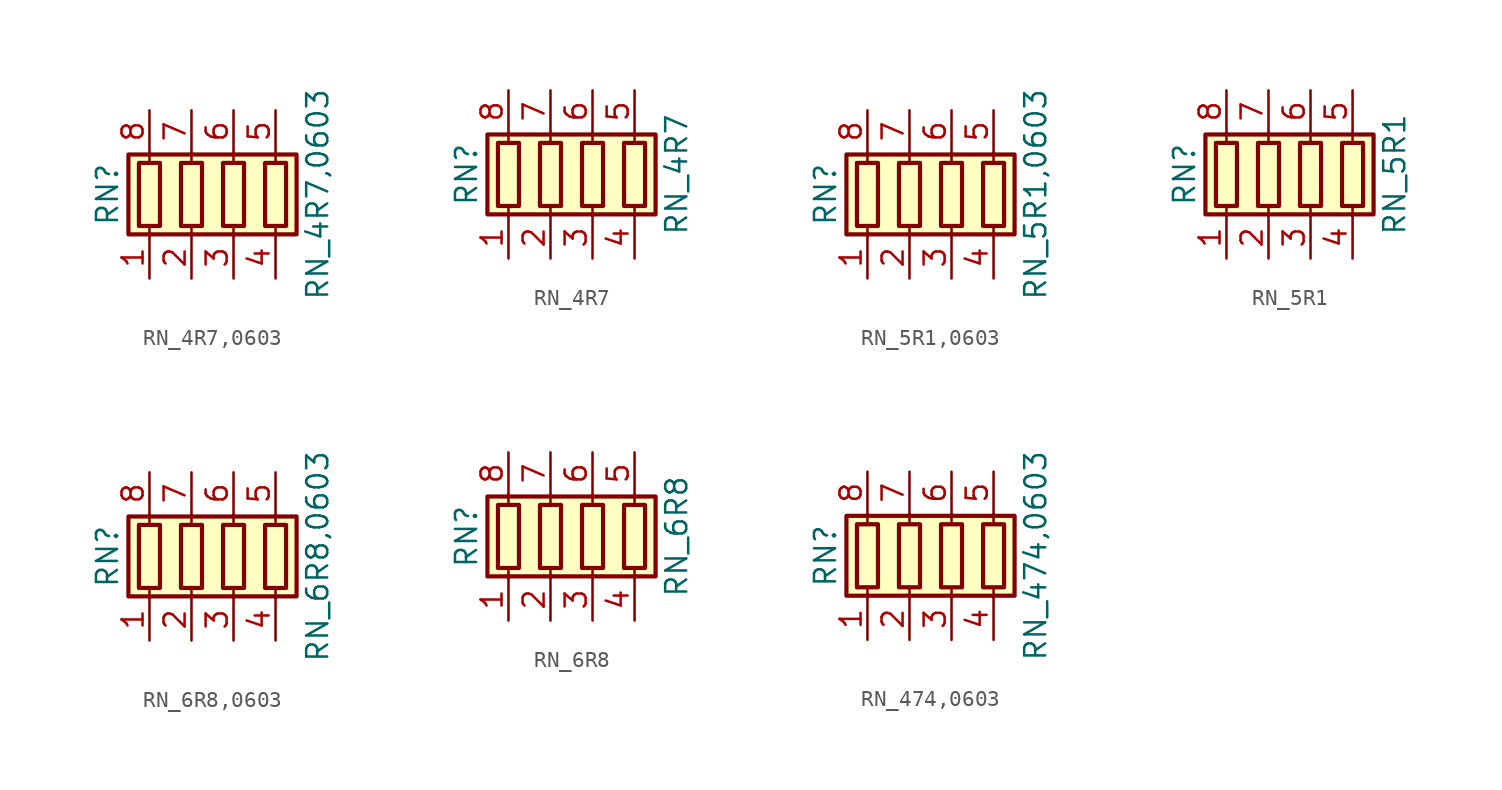
<source format=kicad_sym>
(kicad_symbol_lib
  (version 20211014)
  (generator kicad_symbol_editor)
  (symbol "RN_4R7,0603"
    (pin_names
      (offset 0) hide)
    (property "Reference" "RN"
      (at -7.62 0 90)
      (effects (font (size 1.27 1.27))))
    (property "Value" "RN_4R7,0603"
      (at 5.08 0 90)
      (effects (font (size 1.27 1.27))))
    (symbol "RN_4R7,0603_0_1"
      (rectangle (start -6.35 -2.413) (end 3.81 2.413) (stroke (width 0.254) (type default) (color 0 0 0 0)) (fill (type background)))
      (rectangle (start -5.715 1.905) (end -4.445 -1.905) (stroke (width 0.254) (type default) (color 0 0 0 0)) (fill (type none)))
      (rectangle (start -3.175 1.905) (end -1.905 -1.905) (stroke (width 0.254) (type default) (color 0 0 0 0)) (fill (type none)))
      (rectangle (start -0.635 1.905) (end 0.635 -1.905) (stroke (width 0.254) (type default) (color 0 0 0 0)) (fill (type none)))
      (polyline (pts (xy -5.08 -2.54) (xy -5.08 -1.905)) (stroke (width 0) (type default) (color 0 0 0 0)) (fill (type none)))
      (polyline (pts (xy -5.08 1.905) (xy -5.08 2.54)) (stroke (width 0) (type default) (color 0 0 0 0)) (fill (type none)))
      (polyline (pts (xy -2.54 -2.54) (xy -2.54 -1.905)) (stroke (width 0) (type default) (color 0 0 0 0)) (fill (type none)))
      (polyline (pts (xy -2.54 1.905) (xy -2.54 2.54)) (stroke (width 0) (type default) (color 0 0 0 0)) (fill (type none)))
      (polyline (pts (xy 0 -2.54) (xy 0 -1.905)) (stroke (width 0) (type default) (color 0 0 0 0)) (fill (type none)))
      (polyline (pts (xy 0 1.905) (xy 0 2.54)) (stroke (width 0) (type default) (color 0 0 0 0)) (fill (type none)))
      (polyline (pts (xy 2.54 -2.54) (xy 2.54 -1.905)) (stroke (width 0) (type default) (color 0 0 0 0)) (fill (type none)))
      (polyline (pts (xy 2.54 1.905) (xy 2.54 2.54)) (stroke (width 0) (type default) (color 0 0 0 0)) (fill (type none)))
      (rectangle (start 1.905 1.905) (end 3.175 -1.905) (stroke (width 0.254) (type default) (color 0 0 0 0)) (fill (type none))))
    (symbol "RN_4R7,0603_1_1"
      (pin passive line (at -5.08 -5.08 90) (length 2.54) (name "R1.1" (effects (font (size 1.27 1.27)))) (number "1" (effects (font (size 1.27 1.27)))))
      (pin passive line (at -2.54 -5.08 90) (length 2.54) (name "R2.1" (effects (font (size 1.27 1.27)))) (number "2" (effects (font (size 1.27 1.27)))))
      (pin passive line (at 0 -5.08 90) (length 2.54) (name "R3.1" (effects (font (size 1.27 1.27)))) (number "3" (effects (font (size 1.27 1.27)))))
      (pin passive line (at 2.54 -5.08 90) (length 2.54) (name "R4.1" (effects (font (size 1.27 1.27)))) (number "4" (effects (font (size 1.27 1.27)))))
      (pin passive line (at 2.54 5.08 270) (length 2.54) (name "R4.2" (effects (font (size 1.27 1.27)))) (number "5" (effects (font (size 1.27 1.27)))))
      (pin passive line (at 0 5.08 270) (length 2.54) (name "R3.2" (effects (font (size 1.27 1.27)))) (number "6" (effects (font (size 1.27 1.27)))))
      (pin passive line (at -2.54 5.08 270) (length 2.54) (name "R2.2" (effects (font (size 1.27 1.27)))) (number "7" (effects (font (size 1.27 1.27)))))
      (pin passive line (at -5.08 5.08 270) (length 2.54) (name "R1.2" (effects (font (size 1.27 1.27)))) (number "8" (effects (font (size 1.27 1.27)))))))
  (symbol "RN_4R7"
    (pin_names
      (offset 0) hide)
    (property "Reference" "RN"
      (at -7.62 0 90)
      (effects (font (size 1.27 1.27))))
    (property "Value" "RN_4R7"
      (at 5.08 0 90)
      (effects (font (size 1.27 1.27))))
    (symbol "RN_4R7_0_1"
      (rectangle (start -6.35 -2.413) (end 3.81 2.413) (stroke (width 0.254) (type default) (color 0 0 0 0)) (fill (type background)))
      (rectangle (start -5.715 1.905) (end -4.445 -1.905) (stroke (width 0.254) (type default) (color 0 0 0 0)) (fill (type none)))
      (rectangle (start -3.175 1.905) (end -1.905 -1.905) (stroke (width 0.254) (type default) (color 0 0 0 0)) (fill (type none)))
      (rectangle (start -0.635 1.905) (end 0.635 -1.905) (stroke (width 0.254) (type default) (color 0 0 0 0)) (fill (type none)))
      (polyline (pts (xy -5.08 -2.54) (xy -5.08 -1.905)) (stroke (width 0) (type default) (color 0 0 0 0)) (fill (type none)))
      (polyline (pts (xy -5.08 1.905) (xy -5.08 2.54)) (stroke (width 0) (type default) (color 0 0 0 0)) (fill (type none)))
      (polyline (pts (xy -2.54 -2.54) (xy -2.54 -1.905)) (stroke (width 0) (type default) (color 0 0 0 0)) (fill (type none)))
      (polyline (pts (xy -2.54 1.905) (xy -2.54 2.54)) (stroke (width 0) (type default) (color 0 0 0 0)) (fill (type none)))
      (polyline (pts (xy 0 -2.54) (xy 0 -1.905)) (stroke (width 0) (type default) (color 0 0 0 0)) (fill (type none)))
      (polyline (pts (xy 0 1.905) (xy 0 2.54)) (stroke (width 0) (type default) (color 0 0 0 0)) (fill (type none)))
      (polyline (pts (xy 2.54 -2.54) (xy 2.54 -1.905)) (stroke (width 0) (type default) (color 0 0 0 0)) (fill (type none)))
      (polyline (pts (xy 2.54 1.905) (xy 2.54 2.54)) (stroke (width 0) (type default) (color 0 0 0 0)) (fill (type none)))
      (rectangle (start 1.905 1.905) (end 3.175 -1.905) (stroke (width 0.254) (type default) (color 0 0 0 0)) (fill (type none))))
    (symbol "RN_4R7_1_1"
      (pin passive line (at -5.08 -5.08 90) (length 2.54) (name "R1.1" (effects (font (size 1.27 1.27)))) (number "1" (effects (font (size 1.27 1.27)))))
      (pin passive line (at -2.54 -5.08 90) (length 2.54) (name "R2.1" (effects (font (size 1.27 1.27)))) (number "2" (effects (font (size 1.27 1.27)))))
      (pin passive line (at 0 -5.08 90) (length 2.54) (name "R3.1" (effects (font (size 1.27 1.27)))) (number "3" (effects (font (size 1.27 1.27)))))
      (pin passive line (at 2.54 -5.08 90) (length 2.54) (name "R4.1" (effects (font (size 1.27 1.27)))) (number "4" (effects (font (size 1.27 1.27)))))
      (pin passive line (at 2.54 5.08 270) (length 2.54) (name "R4.2" (effects (font (size 1.27 1.27)))) (number "5" (effects (font (size 1.27 1.27)))))
      (pin passive line (at 0 5.08 270) (length 2.54) (name "R3.2" (effects (font (size 1.27 1.27)))) (number "6" (effects (font (size 1.27 1.27)))))
      (pin passive line (at -2.54 5.08 270) (length 2.54) (name "R2.2" (effects (font (size 1.27 1.27)))) (number "7" (effects (font (size 1.27 1.27)))))
      (pin passive line (at -5.08 5.08 270) (length 2.54) (name "R1.2" (effects (font (size 1.27 1.27)))) (number "8" (effects (font (size 1.27 1.27)))))))
  (symbol "RN_5R1,0603"
    (pin_names
      (offset 0) hide)
    (property "Reference" "RN"
      (at -7.62 0 90)
      (effects (font (size 1.27 1.27))))
    (property "Value" "RN_5R1,0603"
      (at 5.08 0 90)
      (effects (font (size 1.27 1.27))))
    (symbol "RN_5R1,0603_0_1"
      (rectangle (start -6.35 -2.413) (end 3.81 2.413) (stroke (width 0.254) (type default) (color 0 0 0 0)) (fill (type background)))
      (rectangle (start -5.715 1.905) (end -4.445 -1.905) (stroke (width 0.254) (type default) (color 0 0 0 0)) (fill (type none)))
      (rectangle (start -3.175 1.905) (end -1.905 -1.905) (stroke (width 0.254) (type default) (color 0 0 0 0)) (fill (type none)))
      (rectangle (start -0.635 1.905) (end 0.635 -1.905) (stroke (width 0.254) (type default) (color 0 0 0 0)) (fill (type none)))
      (polyline (pts (xy -5.08 -2.54) (xy -5.08 -1.905)) (stroke (width 0) (type default) (color 0 0 0 0)) (fill (type none)))
      (polyline (pts (xy -5.08 1.905) (xy -5.08 2.54)) (stroke (width 0) (type default) (color 0 0 0 0)) (fill (type none)))
      (polyline (pts (xy -2.54 -2.54) (xy -2.54 -1.905)) (stroke (width 0) (type default) (color 0 0 0 0)) (fill (type none)))
      (polyline (pts (xy -2.54 1.905) (xy -2.54 2.54)) (stroke (width 0) (type default) (color 0 0 0 0)) (fill (type none)))
      (polyline (pts (xy 0 -2.54) (xy 0 -1.905)) (stroke (width 0) (type default) (color 0 0 0 0)) (fill (type none)))
      (polyline (pts (xy 0 1.905) (xy 0 2.54)) (stroke (width 0) (type default) (color 0 0 0 0)) (fill (type none)))
      (polyline (pts (xy 2.54 -2.54) (xy 2.54 -1.905)) (stroke (width 0) (type default) (color 0 0 0 0)) (fill (type none)))
      (polyline (pts (xy 2.54 1.905) (xy 2.54 2.54)) (stroke (width 0) (type default) (color 0 0 0 0)) (fill (type none)))
      (rectangle (start 1.905 1.905) (end 3.175 -1.905) (stroke (width 0.254) (type default) (color 0 0 0 0)) (fill (type none))))
    (symbol "RN_5R1,0603_1_1"
      (pin passive line (at -5.08 -5.08 90) (length 2.54) (name "R1.1" (effects (font (size 1.27 1.27)))) (number "1" (effects (font (size 1.27 1.27)))))
      (pin passive line (at -2.54 -5.08 90) (length 2.54) (name "R2.1" (effects (font (size 1.27 1.27)))) (number "2" (effects (font (size 1.27 1.27)))))
      (pin passive line (at 0 -5.08 90) (length 2.54) (name "R3.1" (effects (font (size 1.27 1.27)))) (number "3" (effects (font (size 1.27 1.27)))))
      (pin passive line (at 2.54 -5.08 90) (length 2.54) (name "R4.1" (effects (font (size 1.27 1.27)))) (number "4" (effects (font (size 1.27 1.27)))))
      (pin passive line (at 2.54 5.08 270) (length 2.54) (name "R4.2" (effects (font (size 1.27 1.27)))) (number "5" (effects (font (size 1.27 1.27)))))
      (pin passive line (at 0 5.08 270) (length 2.54) (name "R3.2" (effects (font (size 1.27 1.27)))) (number "6" (effects (font (size 1.27 1.27)))))
      (pin passive line (at -2.54 5.08 270) (length 2.54) (name "R2.2" (effects (font (size 1.27 1.27)))) (number "7" (effects (font (size 1.27 1.27)))))
      (pin passive line (at -5.08 5.08 270) (length 2.54) (name "R1.2" (effects (font (size 1.27 1.27)))) (number "8" (effects (font (size 1.27 1.27)))))))
  (symbol "RN_5R1"
    (pin_names
      (offset 0) hide)
    (property "Reference" "RN"
      (at -7.62 0 90)
      (effects (font (size 1.27 1.27))))
    (property "Value" "RN_5R1"
      (at 5.08 0 90)
      (effects (font (size 1.27 1.27))))
    (symbol "RN_5R1_0_1"
      (rectangle (start -6.35 -2.413) (end 3.81 2.413) (stroke (width 0.254) (type default) (color 0 0 0 0)) (fill (type background)))
      (rectangle (start -5.715 1.905) (end -4.445 -1.905) (stroke (width 0.254) (type default) (color 0 0 0 0)) (fill (type none)))
      (rectangle (start -3.175 1.905) (end -1.905 -1.905) (stroke (width 0.254) (type default) (color 0 0 0 0)) (fill (type none)))
      (rectangle (start -0.635 1.905) (end 0.635 -1.905) (stroke (width 0.254) (type default) (color 0 0 0 0)) (fill (type none)))
      (polyline (pts (xy -5.08 -2.54) (xy -5.08 -1.905)) (stroke (width 0) (type default) (color 0 0 0 0)) (fill (type none)))
      (polyline (pts (xy -5.08 1.905) (xy -5.08 2.54)) (stroke (width 0) (type default) (color 0 0 0 0)) (fill (type none)))
      (polyline (pts (xy -2.54 -2.54) (xy -2.54 -1.905)) (stroke (width 0) (type default) (color 0 0 0 0)) (fill (type none)))
      (polyline (pts (xy -2.54 1.905) (xy -2.54 2.54)) (stroke (width 0) (type default) (color 0 0 0 0)) (fill (type none)))
      (polyline (pts (xy 0 -2.54) (xy 0 -1.905)) (stroke (width 0) (type default) (color 0 0 0 0)) (fill (type none)))
      (polyline (pts (xy 0 1.905) (xy 0 2.54)) (stroke (width 0) (type default) (color 0 0 0 0)) (fill (type none)))
      (polyline (pts (xy 2.54 -2.54) (xy 2.54 -1.905)) (stroke (width 0) (type default) (color 0 0 0 0)) (fill (type none)))
      (polyline (pts (xy 2.54 1.905) (xy 2.54 2.54)) (stroke (width 0) (type default) (color 0 0 0 0)) (fill (type none)))
      (rectangle (start 1.905 1.905) (end 3.175 -1.905) (stroke (width 0.254) (type default) (color 0 0 0 0)) (fill (type none))))
    (symbol "RN_5R1_1_1"
      (pin passive line (at -5.08 -5.08 90) (length 2.54) (name "R1.1" (effects (font (size 1.27 1.27)))) (number "1" (effects (font (size 1.27 1.27)))))
      (pin passive line (at -2.54 -5.08 90) (length 2.54) (name "R2.1" (effects (font (size 1.27 1.27)))) (number "2" (effects (font (size 1.27 1.27)))))
      (pin passive line (at 0 -5.08 90) (length 2.54) (name "R3.1" (effects (font (size 1.27 1.27)))) (number "3" (effects (font (size 1.27 1.27)))))
      (pin passive line (at 2.54 -5.08 90) (length 2.54) (name "R4.1" (effects (font (size 1.27 1.27)))) (number "4" (effects (font (size 1.27 1.27)))))
      (pin passive line (at 2.54 5.08 270) (length 2.54) (name "R4.2" (effects (font (size 1.27 1.27)))) (number "5" (effects (font (size 1.27 1.27)))))
      (pin passive line (at 0 5.08 270) (length 2.54) (name "R3.2" (effects (font (size 1.27 1.27)))) (number "6" (effects (font (size 1.27 1.27)))))
      (pin passive line (at -2.54 5.08 270) (length 2.54) (name "R2.2" (effects (font (size 1.27 1.27)))) (number "7" (effects (font (size 1.27 1.27)))))
      (pin passive line (at -5.08 5.08 270) (length 2.54) (name "R1.2" (effects (font (size 1.27 1.27)))) (number "8" (effects (font (size 1.27 1.27)))))))
  (symbol "RN_6R8,0603"
    (pin_names
      (offset 0) hide)
    (property "Reference" "RN"
      (at -7.62 0 90)
      (effects (font (size 1.27 1.27))))
    (property "Value" "RN_6R8,0603"
      (at 5.08 0 90)
      (effects (font (size 1.27 1.27))))
    (symbol "RN_6R8,0603_0_1"
      (rectangle (start -6.35 -2.413) (end 3.81 2.413) (stroke (width 0.254) (type default) (color 0 0 0 0)) (fill (type background)))
      (rectangle (start -5.715 1.905) (end -4.445 -1.905) (stroke (width 0.254) (type default) (color 0 0 0 0)) (fill (type none)))
      (rectangle (start -3.175 1.905) (end -1.905 -1.905) (stroke (width 0.254) (type default) (color 0 0 0 0)) (fill (type none)))
      (rectangle (start -0.635 1.905) (end 0.635 -1.905) (stroke (width 0.254) (type default) (color 0 0 0 0)) (fill (type none)))
      (polyline (pts (xy -5.08 -2.54) (xy -5.08 -1.905)) (stroke (width 0) (type default) (color 0 0 0 0)) (fill (type none)))
      (polyline (pts (xy -5.08 1.905) (xy -5.08 2.54)) (stroke (width 0) (type default) (color 0 0 0 0)) (fill (type none)))
      (polyline (pts (xy -2.54 -2.54) (xy -2.54 -1.905)) (stroke (width 0) (type default) (color 0 0 0 0)) (fill (type none)))
      (polyline (pts (xy -2.54 1.905) (xy -2.54 2.54)) (stroke (width 0) (type default) (color 0 0 0 0)) (fill (type none)))
      (polyline (pts (xy 0 -2.54) (xy 0 -1.905)) (stroke (width 0) (type default) (color 0 0 0 0)) (fill (type none)))
      (polyline (pts (xy 0 1.905) (xy 0 2.54)) (stroke (width 0) (type default) (color 0 0 0 0)) (fill (type none)))
      (polyline (pts (xy 2.54 -2.54) (xy 2.54 -1.905)) (stroke (width 0) (type default) (color 0 0 0 0)) (fill (type none)))
      (polyline (pts (xy 2.54 1.905) (xy 2.54 2.54)) (stroke (width 0) (type default) (color 0 0 0 0)) (fill (type none)))
      (rectangle (start 1.905 1.905) (end 3.175 -1.905) (stroke (width 0.254) (type default) (color 0 0 0 0)) (fill (type none))))
    (symbol "RN_6R8,0603_1_1"
      (pin passive line (at -5.08 -5.08 90) (length 2.54) (name "R1.1" (effects (font (size 1.27 1.27)))) (number "1" (effects (font (size 1.27 1.27)))))
      (pin passive line (at -2.54 -5.08 90) (length 2.54) (name "R2.1" (effects (font (size 1.27 1.27)))) (number "2" (effects (font (size 1.27 1.27)))))
      (pin passive line (at 0 -5.08 90) (length 2.54) (name "R3.1" (effects (font (size 1.27 1.27)))) (number "3" (effects (font (size 1.27 1.27)))))
      (pin passive line (at 2.54 -5.08 90) (length 2.54) (name "R4.1" (effects (font (size 1.27 1.27)))) (number "4" (effects (font (size 1.27 1.27)))))
      (pin passive line (at 2.54 5.08 270) (length 2.54) (name "R4.2" (effects (font (size 1.27 1.27)))) (number "5" (effects (font (size 1.27 1.27)))))
      (pin passive line (at 0 5.08 270) (length 2.54) (name "R3.2" (effects (font (size 1.27 1.27)))) (number "6" (effects (font (size 1.27 1.27)))))
      (pin passive line (at -2.54 5.08 270) (length 2.54) (name "R2.2" (effects (font (size 1.27 1.27)))) (number "7" (effects (font (size 1.27 1.27)))))
      (pin passive line (at -5.08 5.08 270) (length 2.54) (name "R1.2" (effects (font (size 1.27 1.27)))) (number "8" (effects (font (size 1.27 1.27)))))))
  (symbol "RN_6R8"
    (pin_names
      (offset 0) hide)
    (property "Reference" "RN"
      (at -7.62 0 90)
      (effects (font (size 1.27 1.27))))
    (property "Value" "RN_6R8"
      (at 5.08 0 90)
      (effects (font (size 1.27 1.27))))
    (symbol "RN_6R8_0_1"
      (rectangle (start -6.35 -2.413) (end 3.81 2.413) (stroke (width 0.254) (type default) (color 0 0 0 0)) (fill (type background)))
      (rectangle (start -5.715 1.905) (end -4.445 -1.905) (stroke (width 0.254) (type default) (color 0 0 0 0)) (fill (type none)))
      (rectangle (start -3.175 1.905) (end -1.905 -1.905) (stroke (width 0.254) (type default) (color 0 0 0 0)) (fill (type none)))
      (rectangle (start -0.635 1.905) (end 0.635 -1.905) (stroke (width 0.254) (type default) (color 0 0 0 0)) (fill (type none)))
      (polyline (pts (xy -5.08 -2.54) (xy -5.08 -1.905)) (stroke (width 0) (type default) (color 0 0 0 0)) (fill (type none)))
      (polyline (pts (xy -5.08 1.905) (xy -5.08 2.54)) (stroke (width 0) (type default) (color 0 0 0 0)) (fill (type none)))
      (polyline (pts (xy -2.54 -2.54) (xy -2.54 -1.905)) (stroke (width 0) (type default) (color 0 0 0 0)) (fill (type none)))
      (polyline (pts (xy -2.54 1.905) (xy -2.54 2.54)) (stroke (width 0) (type default) (color 0 0 0 0)) (fill (type none)))
      (polyline (pts (xy 0 -2.54) (xy 0 -1.905)) (stroke (width 0) (type default) (color 0 0 0 0)) (fill (type none)))
      (polyline (pts (xy 0 1.905) (xy 0 2.54)) (stroke (width 0) (type default) (color 0 0 0 0)) (fill (type none)))
      (polyline (pts (xy 2.54 -2.54) (xy 2.54 -1.905)) (stroke (width 0) (type default) (color 0 0 0 0)) (fill (type none)))
      (polyline (pts (xy 2.54 1.905) (xy 2.54 2.54)) (stroke (width 0) (type default) (color 0 0 0 0)) (fill (type none)))
      (rectangle (start 1.905 1.905) (end 3.175 -1.905) (stroke (width 0.254) (type default) (color 0 0 0 0)) (fill (type none))))
    (symbol "RN_6R8_1_1"
      (pin passive line (at -5.08 -5.08 90) (length 2.54) (name "R1.1" (effects (font (size 1.27 1.27)))) (number "1" (effects (font (size 1.27 1.27)))))
      (pin passive line (at -2.54 -5.08 90) (length 2.54) (name "R2.1" (effects (font (size 1.27 1.27)))) (number "2" (effects (font (size 1.27 1.27)))))
      (pin passive line (at 0 -5.08 90) (length 2.54) (name "R3.1" (effects (font (size 1.27 1.27)))) (number "3" (effects (font (size 1.27 1.27)))))
      (pin passive line (at 2.54 -5.08 90) (length 2.54) (name "R4.1" (effects (font (size 1.27 1.27)))) (number "4" (effects (font (size 1.27 1.27)))))
      (pin passive line (at 2.54 5.08 270) (length 2.54) (name "R4.2" (effects (font (size 1.27 1.27)))) (number "5" (effects (font (size 1.27 1.27)))))
      (pin passive line (at 0 5.08 270) (length 2.54) (name "R3.2" (effects (font (size 1.27 1.27)))) (number "6" (effects (font (size 1.27 1.27)))))
      (pin passive line (at -2.54 5.08 270) (length 2.54) (name "R2.2" (effects (font (size 1.27 1.27)))) (number "7" (effects (font (size 1.27 1.27)))))
      (pin passive line (at -5.08 5.08 270) (length 2.54) (name "R1.2" (effects (font (size 1.27 1.27)))) (number "8" (effects (font (size 1.27 1.27)))))))
  (symbol "RN_474,0603"
    (pin_names
      (offset 0) hide)
    (property "Reference" "RN"
      (at -7.62 0 90)
      (effects (font (size 1.27 1.27))))
    (property "Value" "RN_474,0603"
      (at 5.08 0 90)
      (effects (font (size 1.27 1.27))))
    (symbol "RN_474,0603_0_1"
      (rectangle (start -6.35 -2.413) (end 3.81 2.413) (stroke (width 0.254) (type default) (color 0 0 0 0)) (fill (type background)))
      (rectangle (start -5.715 1.905) (end -4.445 -1.905) (stroke (width 0.254) (type default) (color 0 0 0 0)) (fill (type none)))
      (rectangle (start -3.175 1.905) (end -1.905 -1.905) (stroke (width 0.254) (type default) (color 0 0 0 0)) (fill (type none)))
      (rectangle (start -0.635 1.905) (end 0.635 -1.905) (stroke (width 0.254) (type default) (color 0 0 0 0)) (fill (type none)))
      (polyline (pts (xy -5.08 -2.54) (xy -5.08 -1.905)) (stroke (width 0) (type default) (color 0 0 0 0)) (fill (type none)))
      (polyline (pts (xy -5.08 1.905) (xy -5.08 2.54)) (stroke (width 0) (type default) (color 0 0 0 0)) (fill (type none)))
      (polyline (pts (xy -2.54 -2.54) (xy -2.54 -1.905)) (stroke (width 0) (type default) (color 0 0 0 0)) (fill (type none)))
      (polyline (pts (xy -2.54 1.905) (xy -2.54 2.54)) (stroke (width 0) (type default) (color 0 0 0 0)) (fill (type none)))
      (polyline (pts (xy 0 -2.54) (xy 0 -1.905)) (stroke (width 0) (type default) (color 0 0 0 0)) (fill (type none)))
      (polyline (pts (xy 0 1.905) (xy 0 2.54)) (stroke (width 0) (type default) (color 0 0 0 0)) (fill (type none)))
      (polyline (pts (xy 2.54 -2.54) (xy 2.54 -1.905)) (stroke (width 0) (type default) (color 0 0 0 0)) (fill (type none)))
      (polyline (pts (xy 2.54 1.905) (xy 2.54 2.54)) (stroke (width 0) (type default) (color 0 0 0 0)) (fill (type none)))
      (rectangle (start 1.905 1.905) (end 3.175 -1.905) (stroke (width 0.254) (type default) (color 0 0 0 0)) (fill (type none))))
    (symbol "RN_474,0603_1_1"
      (pin passive line (at -5.08 -5.08 90) (length 2.54) (name "R1.1" (effects (font (size 1.27 1.27)))) (number "1" (effects (font (size 1.27 1.27)))))
      (pin passive line (at -2.54 -5.08 90) (length 2.54) (name "R2.1" (effects (font (size 1.27 1.27)))) (number "2" (effects (font (size 1.27 1.27)))))
      (pin passive line (at 0 -5.08 90) (length 2.54) (name "R3.1" (effects (font (size 1.27 1.27)))) (number "3" (effects (font (size 1.27 1.27)))))
      (pin passive line (at 2.54 -5.08 90) (length 2.54) (name "R4.1" (effects (font (size 1.27 1.27)))) (number "4" (effects (font (size 1.27 1.27)))))
      (pin passive line (at 2.54 5.08 270) (length 2.54) (name "R4.2" (effects (font (size 1.27 1.27)))) (number "5" (effects (font (size 1.27 1.27)))))
      (pin passive line (at 0 5.08 270) (length 2.54) (name "R3.2" (effects (font (size 1.27 1.27)))) (number "6" (effects (font (size 1.27 1.27)))))
      (pin passive line (at -2.54 5.08 270) (length 2.54) (name "R2.2" (effects (font (size 1.27 1.27)))) (number "7" (effects (font (size 1.27 1.27)))))
      (pin passive line (at -5.08 5.08 270) (length 2.54) (name "R1.2" (effects (font (size 1.27 1.27)))) (number "8" (effects (font (size 1.27 1.27))))))))
</source>
